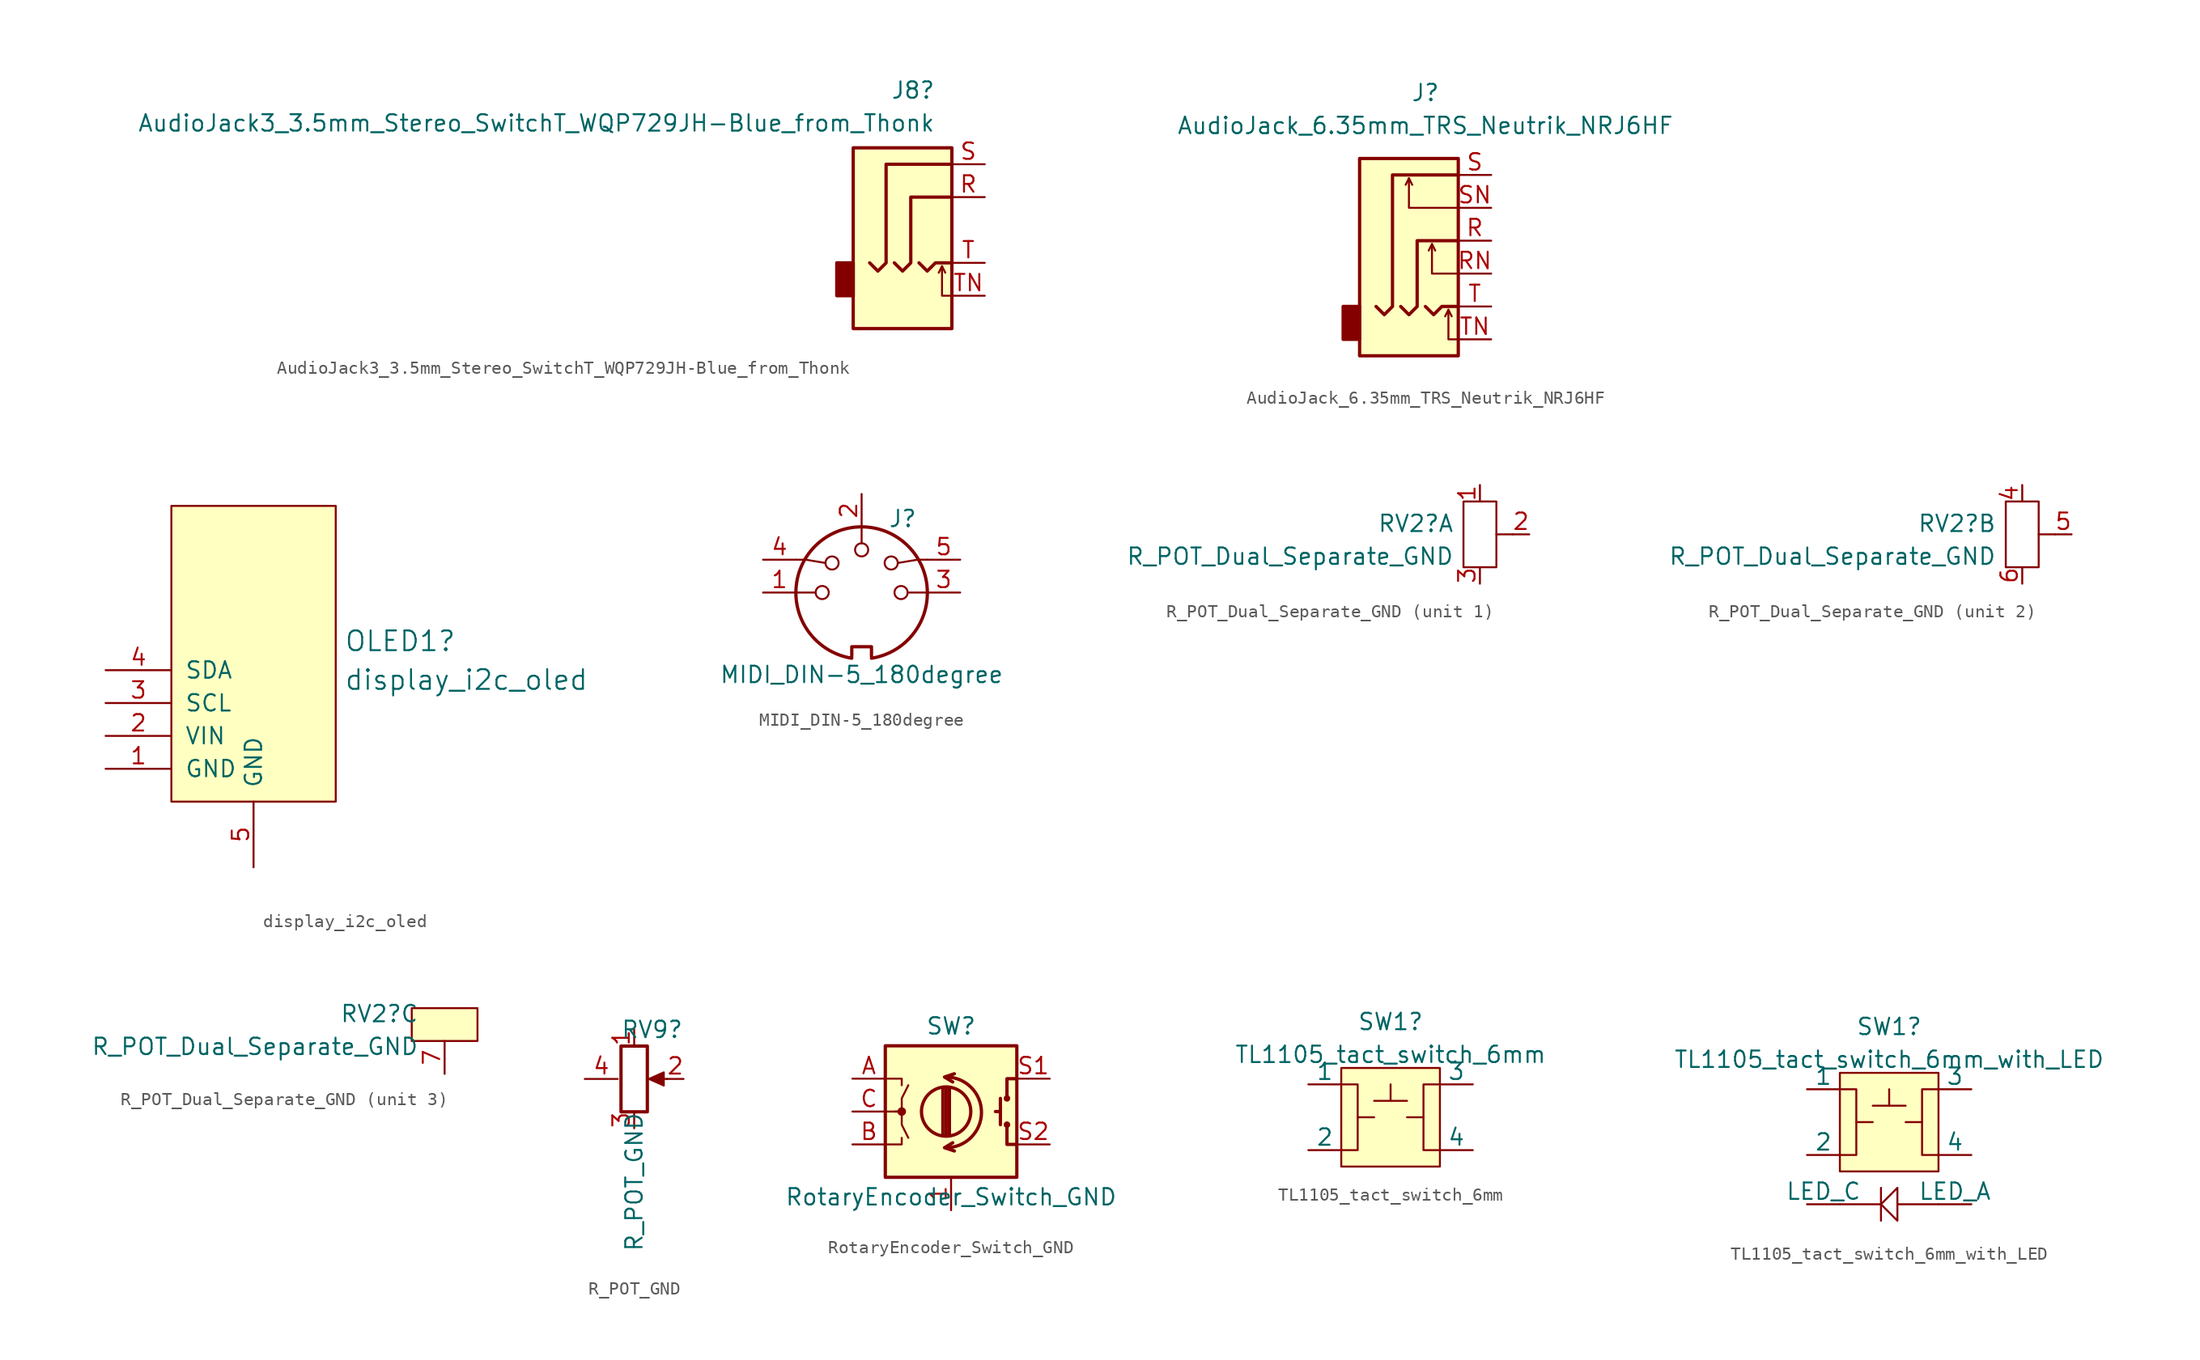
<source format=kicad_sym>
(kicad_symbol_lib
  (version 20211014)
  (generator kicad_symbol_editor)
  (symbol "AudioJack3_3.5mm_Stereo_SwitchT_WQP729JH-Blue_from_Thonk"
    (property "Reference" "J8"
      (at 1.27 8.255 0)
      (effects (font (size 1.27 1.27)) (justify right)))
    (property "Value" "AudioJack3_3.5mm_Stereo_SwitchT_WQP729JH-Blue_from_Thonk"
      (at 1.27 5.715 0)
      (effects (font (size 1.27 1.27)) (justify right)))
    (symbol "AudioJack3_3.5mm_Stereo_SwitchT_WQP729JH-Blue_from_Thonk_0_1"
      (rectangle (start -5.08 -5.08) (end -6.35 -7.62) (stroke (width 0.254) (type default) (color 0 0 0 0)) (fill (type outline)))
      (polyline (pts (xy 1.778 -5.334) (xy 2.032 -5.842)) (stroke (width 0) (type default) (color 0 0 0 0)) (fill (type none)))
      (polyline (pts (xy 0 -5.08) (xy 0.635 -5.715) (xy 1.27 -5.08) (xy 2.54 -5.08)) (stroke (width 0.254) (type default) (color 0 0 0 0)) (fill (type none)))
      (polyline (pts (xy 2.54 -7.62) (xy 1.778 -7.62) (xy 1.778 -5.334) (xy 1.524 -5.842)) (stroke (width 0) (type default) (color 0 0 0 0)) (fill (type none)))
      (polyline (pts (xy -1.905 -5.08) (xy -1.27 -5.715) (xy -0.635 -5.08) (xy -0.635 0) (xy 2.54 0)) (stroke (width 0.254) (type default) (color 0 0 0 0)) (fill (type none)))
      (polyline (pts (xy 2.54 2.54) (xy -2.54 2.54) (xy -2.54 -5.08) (xy -3.175 -5.715) (xy -3.81 -5.08)) (stroke (width 0.254) (type default) (color 0 0 0 0)) (fill (type none)))
      (rectangle (start 2.54 3.81) (end -5.08 -10.16) (stroke (width 0.254) (type default) (color 0 0 0 0)) (fill (type background))))
    (symbol "AudioJack3_3.5mm_Stereo_SwitchT_WQP729JH-Blue_from_Thonk_1_1"
      (pin passive line (at 5.08 0 180) (length 2.54) (name "~" (effects (font (size 1.27 1.27)))) (number "R" (effects (font (size 1.27 1.27)))))
      (pin passive line (at 5.08 2.54 180) (length 2.54) (name "~" (effects (font (size 1.27 1.27)))) (number "S" (effects (font (size 1.27 1.27)))))
      (pin passive line (at 5.08 -5.08 180) (length 2.54) (name "~" (effects (font (size 1.27 1.27)))) (number "T" (effects (font (size 1.27 1.27)))))
      (pin passive line (at 5.08 -7.62 180) (length 2.54) (name "~" (effects (font (size 1.27 1.27)))) (number "TN" (effects (font (size 1.27 1.27)))))))
  (symbol "AudioJack_6.35mm_TRS_Neutrik_NRJ6HF"
    (property "Reference" "J"
      (at 0 11.43 0)
      (effects (font (size 1.27 1.27))))
    (property "Value" "AudioJack_6.35mm_TRS_Neutrik_NRJ6HF"
      (at 0 8.89 0)
      (effects (font (size 1.27 1.27))))
    (symbol "AudioJack_6.35mm_TRS_Neutrik_NRJ6HF_0_1"
      (rectangle (start -5.08 -5.08) (end -6.35 -7.62) (stroke (width 0.254) (type default) (color 0 0 0 0)) (fill (type outline)))
      (polyline (pts (xy -1.27 4.826) (xy -1.016 4.318)) (stroke (width 0) (type default) (color 0 0 0 0)) (fill (type none)))
      (polyline (pts (xy 0.508 -0.254) (xy 0.762 -0.762)) (stroke (width 0) (type default) (color 0 0 0 0)) (fill (type none)))
      (polyline (pts (xy 1.778 -5.334) (xy 2.032 -5.842)) (stroke (width 0) (type default) (color 0 0 0 0)) (fill (type none)))
      (polyline (pts (xy 0 -5.08) (xy 0.635 -5.715) (xy 1.27 -5.08) (xy 2.54 -5.08)) (stroke (width 0.254) (type default) (color 0 0 0 0)) (fill (type none)))
      (polyline (pts (xy 2.54 -7.62) (xy 1.778 -7.62) (xy 1.778 -5.334) (xy 1.524 -5.842)) (stroke (width 0) (type default) (color 0 0 0 0)) (fill (type none)))
      (polyline (pts (xy 2.54 -2.54) (xy 0.508 -2.54) (xy 0.508 -0.254) (xy 0.254 -0.762)) (stroke (width 0) (type default) (color 0 0 0 0)) (fill (type none)))
      (polyline (pts (xy 2.54 2.54) (xy -1.27 2.54) (xy -1.27 4.826) (xy -1.524 4.318)) (stroke (width 0) (type default) (color 0 0 0 0)) (fill (type none)))
      (polyline (pts (xy -1.905 -5.08) (xy -1.27 -5.715) (xy -0.635 -5.08) (xy -0.635 0) (xy 2.54 0)) (stroke (width 0.254) (type default) (color 0 0 0 0)) (fill (type none)))
      (polyline (pts (xy 2.54 5.08) (xy -2.54 5.08) (xy -2.54 -5.08) (xy -3.175 -5.715) (xy -3.81 -5.08)) (stroke (width 0.254) (type default) (color 0 0 0 0)) (fill (type none)))
      (rectangle (start 2.54 6.35) (end -5.08 -8.89) (stroke (width 0.254) (type default) (color 0 0 0 0)) (fill (type background))))
    (symbol "AudioJack_6.35mm_TRS_Neutrik_NRJ6HF_1_1"
      (pin passive line (at 5.08 0 180) (length 2.54) (name "~" (effects (font (size 1.27 1.27)))) (number "R" (effects (font (size 1.27 1.27)))))
      (pin passive line (at 5.08 -2.54 180) (length 2.54) (name "~" (effects (font (size 1.27 1.27)))) (number "RN" (effects (font (size 1.27 1.27)))))
      (pin passive line (at 5.08 5.08 180) (length 2.54) (name "~" (effects (font (size 1.27 1.27)))) (number "S" (effects (font (size 1.27 1.27)))))
      (pin passive line (at 5.08 2.54 180) (length 2.54) (name "~" (effects (font (size 1.27 1.27)))) (number "SN" (effects (font (size 1.27 1.27)))))
      (pin passive line (at 5.08 -5.08 180) (length 2.54) (name "~" (effects (font (size 1.27 1.27)))) (number "T" (effects (font (size 1.27 1.27)))))
      (pin passive line (at 5.08 -7.62 180) (length 2.54) (name "~" (effects (font (size 1.27 1.27)))) (number "TN" (effects (font (size 1.27 1.27)))))))
  (symbol "display_i2c_oled"
    (pin_names
      (offset 1.016))
    (property "Reference" "OLED1"
      (at 18.415 9.866 0)
      (effects (font (size 1.524 1.524)) (justify left)))
    (property "Value" "display_i2c_oled"
      (at 18.415 6.873 0)
      (effects (font (size 1.524 1.524)) (justify left)))
    (symbol "display_i2c_oled_0_1"
      (rectangle (start 5.08 -2.54) (end 17.78 20.32) (stroke (width 0) (type default) (color 0 0 0 0)) (fill (type background))))
    (symbol "display_i2c_oled_1_1"
      (pin input line (at 0 0 0) (length 5.08) (name "GND" (effects (font (size 1.27 1.27)))) (number "1" (effects (font (size 1.27 1.27)))))
      (pin input line (at 0 2.54 0) (length 5.08) (name "VIN" (effects (font (size 1.27 1.27)))) (number "2" (effects (font (size 1.27 1.27)))))
      (pin input line (at 0 5.08 0) (length 5.08) (name "SCL" (effects (font (size 1.27 1.27)))) (number "3" (effects (font (size 1.27 1.27)))))
      (pin input line (at 0 7.62 0) (length 5.08) (name "SDA" (effects (font (size 1.27 1.27)))) (number "4" (effects (font (size 1.27 1.27)))))
      (pin input line (at 11.43 -7.62 90) (length 5.08) (name "GND" (effects (font (size 1.27 1.27)))) (number "5" (effects (font (size 1.27 1.27)))))))
  (symbol "MIDI_DIN-5_180degree"
    (pin_names
      (offset 1.016))
    (property "Reference" "J"
      (at 3.175 5.715 0)
      (effects (font (size 1.27 1.27))))
    (property "Value" "MIDI_DIN-5_180degree"
      (at 0 -6.35 0)
      (effects (font (size 1.27 1.27))))
    (symbol "MIDI_DIN-5_180degree_0_1"
      (arc (start -5.08 0) (mid -3.8609 -3.3364) (end -0.762 -5.08) (stroke (width 0.254) (type default) (color 0 0 0 0)) (fill (type none)))
      (circle (center -3.048 0) (radius 0.508) (stroke (width 0) (type default) (color 0 0 0 0)) (fill (type none)))
      (circle (center -2.286 2.286) (radius 0.508) (stroke (width 0) (type default) (color 0 0 0 0)) (fill (type none)))
      (polyline (pts (xy -5.08 0) (xy -3.556 0)) (stroke (width 0) (type default) (color 0 0 0 0)) (fill (type none)))
      (polyline (pts (xy 0 5.08) (xy 0 3.81)) (stroke (width 0) (type default) (color 0 0 0 0)) (fill (type none)))
      (polyline (pts (xy 5.08 0) (xy 3.556 0)) (stroke (width 0) (type default) (color 0 0 0 0)) (fill (type none)))
      (polyline (pts (xy -5.08 2.54) (xy -4.318 2.54) (xy -2.794 2.286)) (stroke (width 0) (type default) (color 0 0 0 0)) (fill (type none)))
      (polyline (pts (xy 5.08 2.54) (xy 4.318 2.54) (xy 2.794 2.286)) (stroke (width 0) (type default) (color 0 0 0 0)) (fill (type none)))
      (polyline (pts (xy -0.762 -4.953) (xy -0.762 -4.191) (xy 0.762 -4.191) (xy 0.762 -4.953)) (stroke (width 0.254) (type default) (color 0 0 0 0)) (fill (type none)))
      (circle (center 0 3.302) (radius 0.508) (stroke (width 0) (type default) (color 0 0 0 0)) (fill (type none)))
      (arc (start 0.762 -5.08) (mid 3.8685 -3.343) (end 5.08 0) (stroke (width 0.254) (type default) (color 0 0 0 0)) (fill (type none)))
      (circle (center 2.286 2.286) (radius 0.508) (stroke (width 0) (type default) (color 0 0 0 0)) (fill (type none)))
      (circle (center 3.048 0) (radius 0.508) (stroke (width 0) (type default) (color 0 0 0 0)) (fill (type none)))
      (arc (start 5.08 0) (mid 0 5.08) (end -5.08 0) (stroke (width 0.254) (type default) (color 0 0 0 0)) (fill (type none))))
    (symbol "MIDI_DIN-5_180degree_1_1"
      (pin passive line (at -7.62 0 0) (length 2.54) (name "~" (effects (font (size 1.27 1.27)))) (number "1" (effects (font (size 1.27 1.27)))))
      (pin passive line (at 0 7.62 270) (length 2.54) (name "~" (effects (font (size 1.27 1.27)))) (number "2" (effects (font (size 1.27 1.27)))))
      (pin passive line (at 7.62 0 180) (length 2.54) (name "~" (effects (font (size 1.27 1.27)))) (number "3" (effects (font (size 1.27 1.27)))))
      (pin passive line (at -7.62 2.54 0) (length 2.54) (name "~" (effects (font (size 1.27 1.27)))) (number "4" (effects (font (size 1.27 1.27)))))
      (pin passive line (at 7.62 2.54 180) (length 2.54) (name "~" (effects (font (size 1.27 1.27)))) (number "5" (effects (font (size 1.27 1.27)))))))
  (symbol "R_POT_Dual_Separate_GND"
    (pin_names
      (offset 1.016) hide)
    (property "Reference" "RV2"
      (at -1.981 0.835 0)
      (effects (font (size 1.27 1.27)) (justify right)))
    (property "Value" "R_POT_Dual_Separate_GND"
      (at -1.981 -1.702 0)
      (effects (font (size 1.27 1.27)) (justify right)))
    (property "ki_locked" ""
      (at 0 0 0)
      (effects (font (size 1.27 1.27))))
    (symbol "R_POT_Dual_Separate_GND_1_1"
      (rectangle (start -1.27 2.54) (end 1.27 -2.54) (stroke (width 0.152) (type default) (color 0 0 0 0)) (fill (type none)))
      (polyline (pts (xy 2.54 0) (xy 1.27 0)) (stroke (width 0.152) (type default) (color 0 0 0 0)) (fill (type none)))
      (pin passive line (at 0 3.81 270) (length 1.27) (name "1" (effects (font (size 1.27 1.27)))) (number "1" (effects (font (size 1.27 1.27)))))
      (pin passive line (at 3.81 0 180) (length 1.27) (name "2" (effects (font (size 1.27 1.27)))) (number "2" (effects (font (size 1.27 1.27)))))
      (pin passive line (at 0 -3.81 90) (length 1.27) (name "3" (effects (font (size 1.27 1.27)))) (number "3" (effects (font (size 1.27 1.27))))))
    (symbol "R_POT_Dual_Separate_GND_2_1"
      (rectangle (start -1.27 2.54) (end 1.27 -2.54) (stroke (width 0.152) (type default) (color 0 0 0 0)) (fill (type none)))
      (polyline (pts (xy 2.54 0) (xy 1.27 0)) (stroke (width 0.152) (type default) (color 0 0 0 0)) (fill (type none)))
      (pin passive line (at 0 3.81 270) (length 1.27) (name "4" (effects (font (size 1.27 1.27)))) (number "4" (effects (font (size 1.27 1.27)))))
      (pin passive line (at 3.81 0 180) (length 1.27) (name "5" (effects (font (size 1.27 1.27)))) (number "5" (effects (font (size 1.27 1.27)))))
      (pin passive line (at 0 -3.81 90) (length 1.27) (name "6" (effects (font (size 1.27 1.27)))) (number "6" (effects (font (size 1.27 1.27))))))
    (symbol "R_POT_Dual_Separate_GND_3_1"
      (rectangle (start -2.54 1.27) (end 2.54 -1.27) (stroke (width 0.152) (type default) (color 0 0 0 0)) (fill (type background)))
      (pin passive line (at 0 -3.81 90) (length 2.54) (name "7" (effects (font (size 1.27 1.27)))) (number "7" (effects (font (size 1.27 1.27)))))))
  (symbol "R_POT_GND"
    (pin_names
      (offset 1.016) hide)
    (property "Reference" "RV9"
      (at 3.81 3.81 0)
      (effects (font (size 1.27 1.27)) (justify right)))
    (property "Value" "R_POT_GND"
      (at 0 -2.54 90)
      (effects (font (size 1.27 1.27)) (justify right)))
    (symbol "R_POT_GND_0_1"
      (polyline (pts (xy 2.54 0) (xy 1.524 0)) (stroke (width 0) (type default) (color 0 0 0 0)) (fill (type none)))
      (polyline (pts (xy 1.143 0) (xy 2.286 0.508) (xy 2.286 -0.508) (xy 1.143 0)) (stroke (width 0) (type default) (color 0 0 0 0)) (fill (type outline)))
      (rectangle (start 1.016 2.54) (end -1.016 -2.54) (stroke (width 0.254) (type default) (color 0 0 0 0)) (fill (type none))))
    (symbol "R_POT_GND_1_1"
      (pin passive line (at 0 3.81 270) (length 1.27) (name "1" (effects (font (size 1.27 1.27)))) (number "1" (effects (font (size 1.27 1.27)))))
      (pin passive line (at 3.81 0 180) (length 1.27) (name "2" (effects (font (size 1.27 1.27)))) (number "2" (effects (font (size 1.27 1.27)))))
      (pin passive line (at 0 -3.81 90) (length 1.27) (name "3" (effects (font (size 1.27 1.27)))) (number "3" (effects (font (size 1.27 1.27)))))
      (pin passive line (at -3.81 0 0) (length 2.54) (name "4" (effects (font (size 1.27 1.27)))) (number "4" (effects (font (size 1.27 1.27)))))))
  (symbol "RotaryEncoder_Switch_GND"
    (pin_names
      (offset 0.254) hide)
    (property "Reference" "SW"
      (at 0 6.604 0)
      (effects (font (size 1.27 1.27))))
    (property "Value" "RotaryEncoder_Switch_GND"
      (at 0 -6.604 0)
      (effects (font (size 1.27 1.27))))
    (symbol "RotaryEncoder_Switch_GND_0_1"
      (rectangle (start -5.08 5.08) (end 5.08 -5.08) (stroke (width 0.254) (type default) (color 0 0 0 0)) (fill (type background)))
      (circle (center -3.81 0) (radius 0.254) (stroke (width 0) (type default) (color 0 0 0 0)) (fill (type outline)))
      (arc (start -0.381 -2.794) (mid 2.3622 -0.0508) (end -0.381 2.667) (stroke (width 0.254) (type default) (color 0 0 0 0)) (fill (type none)))
      (circle (center -0.381 0) (radius 1.905) (stroke (width 0.254) (type default) (color 0 0 0 0)) (fill (type none)))
      (polyline (pts (xy -0.635 -1.778) (xy -0.635 1.778)) (stroke (width 0.254) (type default) (color 0 0 0 0)) (fill (type none)))
      (polyline (pts (xy -0.381 -1.778) (xy -0.381 1.778)) (stroke (width 0.254) (type default) (color 0 0 0 0)) (fill (type none)))
      (polyline (pts (xy -0.127 1.778) (xy -0.127 -1.778)) (stroke (width 0.254) (type default) (color 0 0 0 0)) (fill (type none)))
      (polyline (pts (xy 3.81 0) (xy 3.429 0)) (stroke (width 0.254) (type default) (color 0 0 0 0)) (fill (type none)))
      (polyline (pts (xy 3.81 1.016) (xy 3.81 -1.016)) (stroke (width 0.254) (type default) (color 0 0 0 0)) (fill (type none)))
      (polyline (pts (xy -5.08 -2.54) (xy -3.81 -2.54) (xy -3.81 -2.032)) (stroke (width 0) (type default) (color 0 0 0 0)) (fill (type none)))
      (polyline (pts (xy -5.08 2.54) (xy -3.81 2.54) (xy -3.81 2.032)) (stroke (width 0) (type default) (color 0 0 0 0)) (fill (type none)))
      (polyline (pts (xy 0.254 -3.048) (xy -0.508 -2.794) (xy 0.127 -2.413)) (stroke (width 0.254) (type default) (color 0 0 0 0)) (fill (type none)))
      (polyline (pts (xy 0.254 2.921) (xy -0.508 2.667) (xy 0.127 2.286)) (stroke (width 0.254) (type default) (color 0 0 0 0)) (fill (type none)))
      (polyline (pts (xy 5.08 -2.54) (xy 4.318 -2.54) (xy 4.318 -1.016)) (stroke (width 0.254) (type default) (color 0 0 0 0)) (fill (type none)))
      (polyline (pts (xy 5.08 2.54) (xy 4.318 2.54) (xy 4.318 1.016)) (stroke (width 0.254) (type default) (color 0 0 0 0)) (fill (type none)))
      (polyline (pts (xy -5.08 0) (xy -3.81 0) (xy -3.81 -1.016) (xy -3.302 -2.032)) (stroke (width 0) (type default) (color 0 0 0 0)) (fill (type none)))
      (polyline (pts (xy -4.318 0) (xy -3.81 0) (xy -3.81 1.016) (xy -3.302 2.032)) (stroke (width 0) (type default) (color 0 0 0 0)) (fill (type none)))
      (circle (center 4.318 -1.016) (radius 0.127) (stroke (width 0.254) (type default) (color 0 0 0 0)) (fill (type none)))
      (circle (center 4.318 1.016) (radius 0.127) (stroke (width 0.254) (type default) (color 0 0 0 0)) (fill (type none))))
    (symbol "RotaryEncoder_Switch_GND_1_1"
      (pin passive line (at 0 -7.62 90) (length 2.54) (name "1" (effects (font (size 1.27 1.27)))) (number "1" (effects (font (size 1.27 1.27)))))
      (pin passive line (at -7.62 2.54 0) (length 2.54) (name "A" (effects (font (size 1.27 1.27)))) (number "A" (effects (font (size 1.27 1.27)))))
      (pin passive line (at -7.62 -2.54 0) (length 2.54) (name "B" (effects (font (size 1.27 1.27)))) (number "B" (effects (font (size 1.27 1.27)))))
      (pin passive line (at -7.62 0 0) (length 2.54) (name "C" (effects (font (size 1.27 1.27)))) (number "C" (effects (font (size 1.27 1.27)))))
      (pin passive line (at 7.62 2.54 180) (length 2.54) (name "S1" (effects (font (size 1.27 1.27)))) (number "S1" (effects (font (size 1.27 1.27)))))
      (pin passive line (at 7.62 -2.54 180) (length 2.54) (name "S2" (effects (font (size 1.27 1.27)))) (number "S2" (effects (font (size 1.27 1.27)))))))
  (symbol "TL1105_tact_switch_6mm"
    (pin_numbers hide)
    (pin_names
      (offset 0))
    (property "Reference" "SW1"
      (at 0 7.383 0)
      (effects (font (size 1.27 1.27))))
    (property "Value" "TL1105_tact_switch_6mm"
      (at 0 4.846 0)
      (effects (font (size 1.27 1.27))))
    (symbol "TL1105_tact_switch_6mm_0_1"
      (rectangle (start -3.81 3.81) (end 3.81 -3.81) (stroke (width 0) (type default) (color 0 0 0 0)) (fill (type background)))
      (polyline (pts (xy -2.54 0) (xy -1.27 0)) (stroke (width 0) (type default) (color 0 0 0 0)) (fill (type none)))
      (polyline (pts (xy -1.27 1.27) (xy 1.27 1.27)) (stroke (width 0) (type default) (color 0 0 0 0)) (fill (type none)))
      (polyline (pts (xy 0 2.54) (xy 0 1.27)) (stroke (width 0) (type default) (color 0 0 0 0)) (fill (type none)))
      (polyline (pts (xy 1.27 0) (xy 2.54 0)) (stroke (width 0) (type default) (color 0 0 0 0)) (fill (type none)))
      (polyline (pts (xy -3.81 2.54) (xy -2.54 2.54) (xy -2.54 -2.54) (xy -3.81 -2.54)) (stroke (width 0) (type default) (color 0 0 0 0)) (fill (type none)))
      (polyline (pts (xy 3.81 2.54) (xy 2.54 2.54) (xy 2.54 -2.54) (xy 3.81 -2.54)) (stroke (width 0) (type default) (color 0 0 0 0)) (fill (type none))))
    (symbol "TL1105_tact_switch_6mm_1_1"
      (pin input line (at -6.35 2.54 0) (length 2.54) (name "1" (effects (font (size 1.27 1.27)))) (number "1" (effects (font (size 1.27 1.27)))))
      (pin input line (at -6.35 -2.54 0) (length 2.54) (name "2" (effects (font (size 1.27 1.27)))) (number "2" (effects (font (size 1.27 1.27)))))
      (pin input line (at 6.35 2.54 180) (length 2.54) (name "3" (effects (font (size 1.27 1.27)))) (number "3" (effects (font (size 1.27 1.27)))))
      (pin input line (at 6.35 -2.54 180) (length 2.54) (name "4" (effects (font (size 1.27 1.27)))) (number "4" (effects (font (size 1.27 1.27)))))))
  (symbol "TL1105_tact_switch_6mm_with_LED"
    (pin_numbers hide)
    (pin_names
      (offset 0))
    (property "Reference" "SW1"
      (at 0 7.383 0)
      (effects (font (size 1.27 1.27))))
    (property "Value" "TL1105_tact_switch_6mm_with_LED"
      (at 0 4.846 0)
      (effects (font (size 1.27 1.27))))
    (symbol "TL1105_tact_switch_6mm_with_LED_0_1"
      (rectangle (start -3.81 3.81) (end 3.81 -3.81) (stroke (width 0) (type default) (color 0 0 0 0)) (fill (type background)))
      (polyline (pts (xy -2.54 0) (xy -1.27 0)) (stroke (width 0) (type default) (color 0 0 0 0)) (fill (type none)))
      (polyline (pts (xy -1.27 1.27) (xy 1.27 1.27)) (stroke (width 0) (type default) (color 0 0 0 0)) (fill (type none)))
      (polyline (pts (xy -0.635 -7.62) (xy -0.635 -5.08)) (stroke (width 0) (type default) (color 0 0 0 0)) (fill (type none)))
      (polyline (pts (xy -0.635 -6.35) (xy -3.81 -6.35)) (stroke (width 0) (type default) (color 0 0 0 0)) (fill (type none)))
      (polyline (pts (xy 0 2.54) (xy 0 1.27)) (stroke (width 0) (type default) (color 0 0 0 0)) (fill (type none)))
      (polyline (pts (xy 0.635 -6.35) (xy 3.81 -6.35)) (stroke (width 0) (type default) (color 0 0 0 0)) (fill (type none)))
      (polyline (pts (xy 1.27 0) (xy 2.54 0)) (stroke (width 0) (type default) (color 0 0 0 0)) (fill (type none)))
      (polyline (pts (xy -3.81 2.54) (xy -2.54 2.54) (xy -2.54 -2.54) (xy -3.81 -2.54)) (stroke (width 0) (type default) (color 0 0 0 0)) (fill (type none)))
      (polyline (pts (xy 0.635 -7.62) (xy 0.635 -5.08) (xy -0.635 -6.35) (xy 0.635 -7.62)) (stroke (width 0) (type default) (color 0 0 0 0)) (fill (type none)))
      (polyline (pts (xy 3.81 2.54) (xy 2.54 2.54) (xy 2.54 -2.54) (xy 3.81 -2.54)) (stroke (width 0) (type default) (color 0 0 0 0)) (fill (type none))))
    (symbol "TL1105_tact_switch_6mm_with_LED_1_1"
      (pin input line (at -6.35 2.54 0) (length 2.54) (name "1" (effects (font (size 1.27 1.27)))) (number "1" (effects (font (size 1.27 1.27)))))
      (pin input line (at -6.35 -2.54 0) (length 2.54) (name "2" (effects (font (size 1.27 1.27)))) (number "2" (effects (font (size 1.27 1.27)))))
      (pin input line (at 6.35 2.54 180) (length 2.54) (name "3" (effects (font (size 1.27 1.27)))) (number "3" (effects (font (size 1.27 1.27)))))
      (pin input line (at 6.35 -2.54 180) (length 2.54) (name "4" (effects (font (size 1.27 1.27)))) (number "4" (effects (font (size 1.27 1.27)))))
      (pin input line (at -6.35 -6.35 0) (length 2.54) (name "LED_C" (effects (font (size 1.27 1.27)))) (number "5" (effects (font (size 1.27 1.27)))))
      (pin input line (at 6.35 -6.35 180) (length 2.54) (name "LED_A" (effects (font (size 1.27 1.27)))) (number "6" (effects (font (size 1.27 1.27))))))))
</source>
